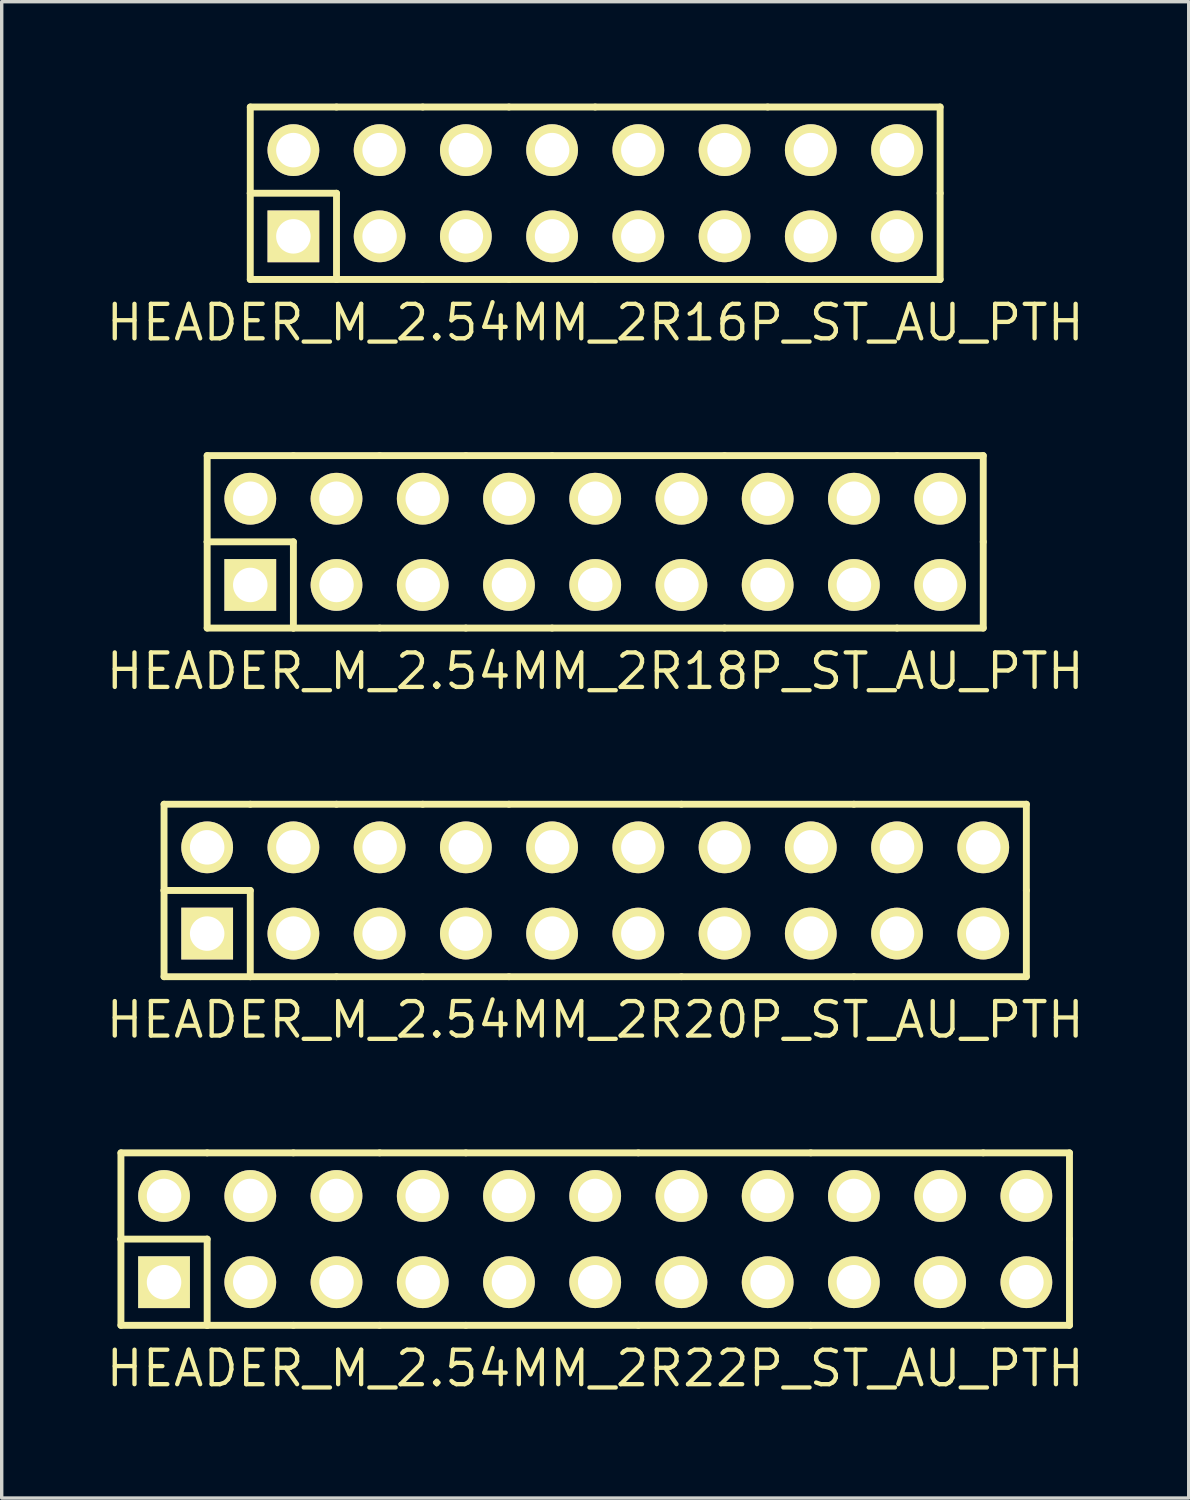
<source format=kicad_pcb>
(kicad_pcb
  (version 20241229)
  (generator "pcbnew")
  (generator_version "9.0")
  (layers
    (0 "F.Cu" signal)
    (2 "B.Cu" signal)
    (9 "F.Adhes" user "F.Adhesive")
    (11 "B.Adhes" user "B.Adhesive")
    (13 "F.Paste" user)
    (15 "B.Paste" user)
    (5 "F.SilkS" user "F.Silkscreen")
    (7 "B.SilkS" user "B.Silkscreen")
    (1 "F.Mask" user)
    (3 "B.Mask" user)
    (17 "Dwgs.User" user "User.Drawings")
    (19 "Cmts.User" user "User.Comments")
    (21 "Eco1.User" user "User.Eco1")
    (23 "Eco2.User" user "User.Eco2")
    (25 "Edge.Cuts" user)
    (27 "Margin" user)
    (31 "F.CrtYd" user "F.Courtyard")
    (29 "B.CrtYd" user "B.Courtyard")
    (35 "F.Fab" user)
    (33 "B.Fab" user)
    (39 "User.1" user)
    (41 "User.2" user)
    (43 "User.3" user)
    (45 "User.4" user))
  (footprint "HEADER_M_2.54MM_2R16P_ST_AU_PTH"
    (layer "F.Cu")
    (at 14.482 2.642)
    (property "Reference" "HEADER_M_2.54MM_2R16P_ST_AU_PTH" (at 0 3.81 0) (layer "F.SilkS") (effects (font (size 1.016 1.016) (thickness 0.127))))
    (attr through_hole)
    (fp_line (start -10.16 -2.54) (end -7.62 -2.54) (stroke (width 0.203) (type solid)) (layer "F.SilkS"))
    (fp_line (start -10.16 0) (end -10.16 -2.54) (stroke (width 0.203) (type solid)) (layer "F.SilkS"))
    (fp_line (start -10.16 0) (end -7.62 0) (stroke (width 0.203) (type solid)) (layer "F.SilkS"))
    (fp_line (start -10.16 2.54) (end -10.16 0) (stroke (width 0.203) (type solid)) (layer "F.SilkS"))
    (fp_line (start -10.16 2.54) (end -7.62 2.54) (stroke (width 0.203) (type solid)) (layer "F.SilkS"))
    (fp_line (start -7.62 -2.54) (end -5.08 -2.54) (stroke (width 0.203) (type solid)) (layer "F.SilkS"))
    (fp_line (start -7.62 0) (end -7.62 2.54) (stroke (width 0.203) (type solid)) (layer "F.SilkS"))
    (fp_line (start -7.62 2.54) (end -5.08 2.54) (stroke (width 0.203) (type solid)) (layer "F.SilkS"))
    (fp_line (start -5.08 -2.54) (end -2.54 -2.54) (stroke (width 0.203) (type solid)) (layer "F.SilkS"))
    (fp_line (start -5.08 2.54) (end -2.54 2.54) (stroke (width 0.203) (type solid)) (layer "F.SilkS"))
    (fp_line (start -2.54 -2.54) (end 0 -2.54) (stroke (width 0.203) (type solid)) (layer "F.SilkS"))
    (fp_line (start -2.54 2.54) (end 0 2.54) (stroke (width 0.203) (type solid)) (layer "F.SilkS"))
    (fp_line (start 0 -2.54) (end 5.08 -2.54) (stroke (width 0.203) (type solid)) (layer "F.SilkS"))
    (fp_line (start 0 2.54) (end 5.08 2.54) (stroke (width 0.203) (type solid)) (layer "F.SilkS"))
    (fp_line (start 5.08 -2.54) (end 10.16 -2.54) (stroke (width 0.203) (type solid)) (layer "F.SilkS"))
    (fp_line (start 5.08 2.54) (end 10.16 2.54) (stroke (width 0.203) (type solid)) (layer "F.SilkS"))
    (fp_line (start 10.16 -2.54) (end 10.16 0) (stroke (width 0.203) (type solid)) (layer "F.SilkS"))
    (fp_line (start 10.16 0) (end 10.16 2.54) (stroke (width 0.203) (type solid)) (layer "F.SilkS"))
    (pad "1" thru_hole rect (at -8.89 1.27) (size 1.524 1.524) (drill 1.016) (layers "*.Cu" "*.Mask" "F.SilkS"))
    (pad "2" thru_hole circle (at -8.89 -1.27) (size 1.524 1.524) (drill 1.016) (layers "*.Cu" "*.Mask" "F.SilkS"))
    (pad "3" thru_hole circle (at -6.35 -1.27) (size 1.524 1.524) (drill 1.016) (layers "*.Cu" "*.Mask" "F.SilkS"))
    (pad "4" thru_hole circle (at -6.35 1.27) (size 1.524 1.524) (drill 1.016) (layers "*.Cu" "*.Mask" "F.SilkS"))
    (pad "5" thru_hole circle (at -3.81 1.27) (size 1.524 1.524) (drill 1.016) (layers "*.Cu" "*.Mask" "F.SilkS"))
    (pad "6" thru_hole circle (at -3.81 -1.27) (size 1.524 1.524) (drill 1.016) (layers "*.Cu" "*.Mask" "F.SilkS"))
    (pad "7" thru_hole circle (at -1.27 1.27) (size 1.524 1.524) (drill 1.016) (layers "*.Cu" "*.Mask" "F.SilkS"))
    (pad "8" thru_hole circle (at -1.27 -1.27) (size 1.524 1.524) (drill 1.016) (layers "*.Cu" "*.Mask" "F.SilkS"))
    (pad "9" thru_hole circle (at 1.27 1.27) (size 1.524 1.524) (drill 1.016) (layers "*.Cu" "*.Mask" "F.SilkS"))
    (pad "10" thru_hole circle (at 1.27 -1.27) (size 1.524 1.524) (drill 1.016) (layers "*.Cu" "*.Mask" "F.SilkS"))
    (pad "11" thru_hole circle (at 3.81 1.27) (size 1.524 1.524) (drill 1.016) (layers "*.Cu" "*.Mask" "F.SilkS"))
    (pad "12" thru_hole circle (at 3.81 -1.27) (size 1.524 1.524) (drill 1.016) (layers "*.Cu" "*.Mask" "F.SilkS"))
    (pad "13" thru_hole circle (at 6.35 1.27) (size 1.524 1.524) (drill 1.016) (layers "*.Cu" "*.Mask" "F.SilkS"))
    (pad "14" thru_hole circle (at 6.35 -1.27) (size 1.524 1.524) (drill 1.016) (layers "*.Cu" "*.Mask" "F.SilkS"))
    (pad "15" thru_hole circle (at 8.89 1.27) (size 1.524 1.524) (drill 1.016) (layers "*.Cu" "*.Mask" "F.SilkS"))
    (pad "16" thru_hole circle (at 8.89 -1.27) (size 1.524 1.524) (drill 1.016) (layers "*.Cu" "*.Mask" "F.SilkS")))
  (footprint "HEADER_M_2.54MM_2R20P_ST_AU_PTH"
    (layer "F.Cu")
    (at 14.482 23.179)
    (property "Reference" "HEADER_M_2.54MM_2R20P_ST_AU_PTH" (at 0 3.81 0) (layer "F.SilkS") (effects (font (size 1.016 1.016) (thickness 0.127))))
    (attr through_hole)
    (fp_line (start -12.7 -2.54) (end -10.16 -2.54) (stroke (width 0.203) (type solid)) (layer "F.SilkS"))
    (fp_line (start -12.7 0) (end -12.7 -2.54) (stroke (width 0.203) (type solid)) (layer "F.SilkS"))
    (fp_line (start -12.7 0) (end -10.16 0) (stroke (width 0.203) (type solid)) (layer "F.SilkS"))
    (fp_line (start -12.7 2.54) (end -12.7 0) (stroke (width 0.203) (type solid)) (layer "F.SilkS"))
    (fp_line (start -12.7 2.54) (end -10.16 2.54) (stroke (width 0.203) (type solid)) (layer "F.SilkS"))
    (fp_line (start -10.16 -2.54) (end -7.62 -2.54) (stroke (width 0.203) (type solid)) (layer "F.SilkS"))
    (fp_line (start -10.16 0) (end -10.16 2.54) (stroke (width 0.203) (type solid)) (layer "F.SilkS"))
    (fp_line (start -10.16 2.54) (end -7.62 2.54) (stroke (width 0.203) (type solid)) (layer "F.SilkS"))
    (fp_line (start -7.62 -2.54) (end -5.08 -2.54) (stroke (width 0.203) (type solid)) (layer "F.SilkS"))
    (fp_line (start -7.62 2.54) (end -5.08 2.54) (stroke (width 0.203) (type solid)) (layer "F.SilkS"))
    (fp_line (start -5.08 -2.54) (end -2.54 -2.54) (stroke (width 0.203) (type solid)) (layer "F.SilkS"))
    (fp_line (start -5.08 2.54) (end -2.54 2.54) (stroke (width 0.203) (type solid)) (layer "F.SilkS"))
    (fp_line (start -2.54 -2.54) (end 2.54 -2.54) (stroke (width 0.203) (type solid)) (layer "F.SilkS"))
    (fp_line (start -2.54 2.54) (end 2.54 2.54) (stroke (width 0.203) (type solid)) (layer "F.SilkS"))
    (fp_line (start 2.54 -2.54) (end 7.62 -2.54) (stroke (width 0.203) (type solid)) (layer "F.SilkS"))
    (fp_line (start 2.54 2.54) (end 7.62 2.54) (stroke (width 0.203) (type solid)) (layer "F.SilkS"))
    (fp_line (start 7.62 -2.54) (end 12.7 -2.54) (stroke (width 0.203) (type solid)) (layer "F.SilkS"))
    (fp_line (start 7.62 2.54) (end 12.7 2.54) (stroke (width 0.203) (type solid)) (layer "F.SilkS"))
    (fp_line (start 12.7 -2.54) (end 12.7 0) (stroke (width 0.203) (type solid)) (layer "F.SilkS"))
    (fp_line (start 12.7 0) (end 12.7 2.54) (stroke (width 0.203) (type solid)) (layer "F.SilkS"))
    (pad "1" thru_hole rect (at -11.43 1.27) (size 1.524 1.524) (drill 1.016) (layers "*.Cu" "*.Mask" "F.SilkS"))
    (pad "2" thru_hole circle (at -11.43 -1.27) (size 1.524 1.524) (drill 1.016) (layers "*.Cu" "*.Mask" "F.SilkS"))
    (pad "3" thru_hole circle (at -8.89 -1.27) (size 1.524 1.524) (drill 1.016) (layers "*.Cu" "*.Mask" "F.SilkS"))
    (pad "4" thru_hole circle (at -8.89 1.27) (size 1.524 1.524) (drill 1.016) (layers "*.Cu" "*.Mask" "F.SilkS"))
    (pad "5" thru_hole circle (at -6.35 1.27) (size 1.524 1.524) (drill 1.016) (layers "*.Cu" "*.Mask" "F.SilkS"))
    (pad "6" thru_hole circle (at -6.35 -1.27) (size 1.524 1.524) (drill 1.016) (layers "*.Cu" "*.Mask" "F.SilkS"))
    (pad "7" thru_hole circle (at -3.81 1.27) (size 1.524 1.524) (drill 1.016) (layers "*.Cu" "*.Mask" "F.SilkS"))
    (pad "8" thru_hole circle (at -3.81 -1.27) (size 1.524 1.524) (drill 1.016) (layers "*.Cu" "*.Mask" "F.SilkS"))
    (pad "9" thru_hole circle (at -1.27 1.27) (size 1.524 1.524) (drill 1.016) (layers "*.Cu" "*.Mask" "F.SilkS"))
    (pad "10" thru_hole circle (at -1.27 -1.27) (size 1.524 1.524) (drill 1.016) (layers "*.Cu" "*.Mask" "F.SilkS"))
    (pad "11" thru_hole circle (at 1.27 1.27) (size 1.524 1.524) (drill 1.016) (layers "*.Cu" "*.Mask" "F.SilkS"))
    (pad "12" thru_hole circle (at 1.27 -1.27) (size 1.524 1.524) (drill 1.016) (layers "*.Cu" "*.Mask" "F.SilkS"))
    (pad "13" thru_hole circle (at 3.81 1.27) (size 1.524 1.524) (drill 1.016) (layers "*.Cu" "*.Mask" "F.SilkS"))
    (pad "14" thru_hole circle (at 3.81 -1.27) (size 1.524 1.524) (drill 1.016) (layers "*.Cu" "*.Mask" "F.SilkS"))
    (pad "15" thru_hole circle (at 6.35 1.27) (size 1.524 1.524) (drill 1.016) (layers "*.Cu" "*.Mask" "F.SilkS"))
    (pad "16" thru_hole circle (at 6.35 -1.27) (size 1.524 1.524) (drill 1.016) (layers "*.Cu" "*.Mask" "F.SilkS"))
    (pad "17" thru_hole circle (at 8.89 1.27) (size 1.524 1.524) (drill 1.016) (layers "*.Cu" "*.Mask" "F.SilkS"))
    (pad "18" thru_hole circle (at 8.89 -1.27) (size 1.524 1.524) (drill 1.016) (layers "*.Cu" "*.Mask" "F.SilkS"))
    (pad "19" thru_hole circle (at 11.43 1.27) (size 1.524 1.524) (drill 1.016) (layers "*.Cu" "*.Mask" "F.SilkS"))
    (pad "20" thru_hole circle (at 11.43 -1.27) (size 1.524 1.524) (drill 1.016) (layers "*.Cu" "*.Mask" "F.SilkS")))
  (footprint "HEADER_M_2.54MM_2R22P_ST_AU_PTH"
    (layer "F.Cu")
    (at 14.482 33.448)
    (property "Reference" "HEADER_M_2.54MM_2R22P_ST_AU_PTH" (at 0 3.81 0) (layer "F.SilkS") (effects (font (size 1.016 1.016) (thickness 0.127))))
    (attr through_hole)
    (fp_line (start -13.97 -2.54) (end -11.43 -2.54) (stroke (width 0.203) (type solid)) (layer "F.SilkS"))
    (fp_line (start -13.97 0) (end -13.97 -2.54) (stroke (width 0.203) (type solid)) (layer "F.SilkS"))
    (fp_line (start -13.97 0) (end -11.43 0) (stroke (width 0.203) (type solid)) (layer "F.SilkS"))
    (fp_line (start -13.97 2.54) (end -13.97 0) (stroke (width 0.203) (type solid)) (layer "F.SilkS"))
    (fp_line (start -13.97 2.54) (end -11.43 2.54) (stroke (width 0.203) (type solid)) (layer "F.SilkS"))
    (fp_line (start -11.43 -2.54) (end -8.89 -2.54) (stroke (width 0.203) (type solid)) (layer "F.SilkS"))
    (fp_line (start -11.43 0) (end -11.43 2.54) (stroke (width 0.203) (type solid)) (layer "F.SilkS"))
    (fp_line (start -11.43 2.54) (end -8.89 2.54) (stroke (width 0.203) (type solid)) (layer "F.SilkS"))
    (fp_line (start -8.89 -2.54) (end -6.35 -2.54) (stroke (width 0.203) (type solid)) (layer "F.SilkS"))
    (fp_line (start -8.89 2.54) (end -6.35 2.54) (stroke (width 0.203) (type solid)) (layer "F.SilkS"))
    (fp_line (start -6.35 -2.54) (end -3.81 -2.54) (stroke (width 0.203) (type solid)) (layer "F.SilkS"))
    (fp_line (start -6.35 2.54) (end -3.81 2.54) (stroke (width 0.203) (type solid)) (layer "F.SilkS"))
    (fp_line (start -3.81 -2.54) (end 1.27 -2.54) (stroke (width 0.203) (type solid)) (layer "F.SilkS"))
    (fp_line (start -3.81 2.54) (end 1.27 2.54) (stroke (width 0.203) (type solid)) (layer "F.SilkS"))
    (fp_line (start 1.27 -2.54) (end 6.35 -2.54) (stroke (width 0.203) (type solid)) (layer "F.SilkS"))
    (fp_line (start 1.27 2.54) (end 6.35 2.54) (stroke (width 0.203) (type solid)) (layer "F.SilkS"))
    (fp_line (start 6.35 -2.54) (end 11.43 -2.54) (stroke (width 0.203) (type solid)) (layer "F.SilkS"))
    (fp_line (start 6.35 2.54) (end 11.43 2.54) (stroke (width 0.203) (type solid)) (layer "F.SilkS"))
    (fp_line (start 11.43 -2.54) (end 13.97 -2.54) (stroke (width 0.203) (type solid)) (layer "F.SilkS"))
    (fp_line (start 11.43 2.54) (end 13.97 2.54) (stroke (width 0.203) (type solid)) (layer "F.SilkS"))
    (fp_line (start 13.97 -2.54) (end 13.97 0) (stroke (width 0.203) (type solid)) (layer "F.SilkS"))
    (fp_line (start 13.97 0) (end 13.97 2.54) (stroke (width 0.203) (type solid)) (layer "F.SilkS"))
    (pad "1" thru_hole rect (at -12.7 1.27) (size 1.524 1.524) (drill 1.016) (layers "*.Cu" "*.Mask" "F.SilkS"))
    (pad "2" thru_hole circle (at -12.7 -1.27) (size 1.524 1.524) (drill 1.016) (layers "*.Cu" "*.Mask" "F.SilkS"))
    (pad "3" thru_hole circle (at -10.16 -1.27) (size 1.524 1.524) (drill 1.016) (layers "*.Cu" "*.Mask" "F.SilkS"))
    (pad "4" thru_hole circle (at -10.16 1.27) (size 1.524 1.524) (drill 1.016) (layers "*.Cu" "*.Mask" "F.SilkS"))
    (pad "5" thru_hole circle (at -7.62 1.27) (size 1.524 1.524) (drill 1.016) (layers "*.Cu" "*.Mask" "F.SilkS"))
    (pad "6" thru_hole circle (at -7.62 -1.27) (size 1.524 1.524) (drill 1.016) (layers "*.Cu" "*.Mask" "F.SilkS"))
    (pad "7" thru_hole circle (at -5.08 1.27) (size 1.524 1.524) (drill 1.016) (layers "*.Cu" "*.Mask" "F.SilkS"))
    (pad "8" thru_hole circle (at -5.08 -1.27) (size 1.524 1.524) (drill 1.016) (layers "*.Cu" "*.Mask" "F.SilkS"))
    (pad "9" thru_hole circle (at -2.54 1.27) (size 1.524 1.524) (drill 1.016) (layers "*.Cu" "*.Mask" "F.SilkS"))
    (pad "10" thru_hole circle (at -2.54 -1.27) (size 1.524 1.524) (drill 1.016) (layers "*.Cu" "*.Mask" "F.SilkS"))
    (pad "11" thru_hole circle (at 0 1.27) (size 1.524 1.524) (drill 1.016) (layers "*.Cu" "*.Mask" "F.SilkS"))
    (pad "12" thru_hole circle (at 0 -1.27) (size 1.524 1.524) (drill 1.016) (layers "*.Cu" "*.Mask" "F.SilkS"))
    (pad "13" thru_hole circle (at 2.54 1.27) (size 1.524 1.524) (drill 1.016) (layers "*.Cu" "*.Mask" "F.SilkS"))
    (pad "14" thru_hole circle (at 2.54 -1.27) (size 1.524 1.524) (drill 1.016) (layers "*.Cu" "*.Mask" "F.SilkS"))
    (pad "15" thru_hole circle (at 5.08 1.27) (size 1.524 1.524) (drill 1.016) (layers "*.Cu" "*.Mask" "F.SilkS"))
    (pad "16" thru_hole circle (at 5.08 -1.27) (size 1.524 1.524) (drill 1.016) (layers "*.Cu" "*.Mask" "F.SilkS"))
    (pad "17" thru_hole circle (at 7.62 1.27) (size 1.524 1.524) (drill 1.016) (layers "*.Cu" "*.Mask" "F.SilkS"))
    (pad "18" thru_hole circle (at 7.62 -1.27) (size 1.524 1.524) (drill 1.016) (layers "*.Cu" "*.Mask" "F.SilkS"))
    (pad "19" thru_hole circle (at 10.16 1.27) (size 1.524 1.524) (drill 1.016) (layers "*.Cu" "*.Mask" "F.SilkS"))
    (pad "20" thru_hole circle (at 10.16 -1.27) (size 1.524 1.524) (drill 1.016) (layers "*.Cu" "*.Mask" "F.SilkS"))
    (pad "21" thru_hole circle (at 12.7 1.27) (size 1.524 1.524) (drill 1.016) (layers "*.Cu" "*.Mask" "F.SilkS"))
    (pad "22" thru_hole circle (at 12.7 -1.27) (size 1.524 1.524) (drill 1.016) (layers "*.Cu" "*.Mask" "F.SilkS")))
  (footprint "HEADER_M_2.54MM_2R18P_ST_AU_PTH"
    (layer "F.Cu")
    (at 14.482 12.91)
    (property "Reference" "HEADER_M_2.54MM_2R18P_ST_AU_PTH" (at 0 3.81 0) (layer "F.SilkS") (effects (font (size 1.016 1.016) (thickness 0.127))))
    (attr through_hole)
    (fp_line (start -11.43 -2.54) (end -8.89 -2.54) (stroke (width 0.203) (type solid)) (layer "F.SilkS"))
    (fp_line (start -11.43 0) (end -11.43 -2.54) (stroke (width 0.203) (type solid)) (layer "F.SilkS"))
    (fp_line (start -11.43 0) (end -8.89 0) (stroke (width 0.203) (type solid)) (layer "F.SilkS"))
    (fp_line (start -11.43 2.54) (end -11.43 0) (stroke (width 0.203) (type solid)) (layer "F.SilkS"))
    (fp_line (start -11.43 2.54) (end -8.89 2.54) (stroke (width 0.203) (type solid)) (layer "F.SilkS"))
    (fp_line (start -8.89 -2.54) (end -6.35 -2.54) (stroke (width 0.203) (type solid)) (layer "F.SilkS"))
    (fp_line (start -8.89 0) (end -8.89 2.54) (stroke (width 0.203) (type solid)) (layer "F.SilkS"))
    (fp_line (start -8.89 2.54) (end -6.35 2.54) (stroke (width 0.203) (type solid)) (layer "F.SilkS"))
    (fp_line (start -6.35 -2.54) (end -3.81 -2.54) (stroke (width 0.203) (type solid)) (layer "F.SilkS"))
    (fp_line (start -6.35 2.54) (end -3.81 2.54) (stroke (width 0.203) (type solid)) (layer "F.SilkS"))
    (fp_line (start -3.81 -2.54) (end -1.27 -2.54) (stroke (width 0.203) (type solid)) (layer "F.SilkS"))
    (fp_line (start -3.81 2.54) (end -1.27 2.54) (stroke (width 0.203) (type solid)) (layer "F.SilkS"))
    (fp_line (start -1.27 -2.54) (end 3.81 -2.54) (stroke (width 0.203) (type solid)) (layer "F.SilkS"))
    (fp_line (start -1.27 2.54) (end 3.81 2.54) (stroke (width 0.203) (type solid)) (layer "F.SilkS"))
    (fp_line (start 3.81 -2.54) (end 8.89 -2.54) (stroke (width 0.203) (type solid)) (layer "F.SilkS"))
    (fp_line (start 3.81 2.54) (end 8.89 2.54) (stroke (width 0.203) (type solid)) (layer "F.SilkS"))
    (fp_line (start 8.89 -2.54) (end 11.43 -2.54) (stroke (width 0.203) (type solid)) (layer "F.SilkS"))
    (fp_line (start 8.89 2.54) (end 11.43 2.54) (stroke (width 0.203) (type solid)) (layer "F.SilkS"))
    (fp_line (start 11.43 -2.54) (end 11.43 0) (stroke (width 0.203) (type solid)) (layer "F.SilkS"))
    (fp_line (start 11.43 0) (end 11.43 2.54) (stroke (width 0.203) (type solid)) (layer "F.SilkS"))
    (pad "1" thru_hole rect (at -10.16 1.27) (size 1.524 1.524) (drill 1.016) (layers "*.Cu" "*.Mask" "F.SilkS"))
    (pad "2" thru_hole circle (at -10.16 -1.27) (size 1.524 1.524) (drill 1.016) (layers "*.Cu" "*.Mask" "F.SilkS"))
    (pad "3" thru_hole circle (at -7.62 -1.27) (size 1.524 1.524) (drill 1.016) (layers "*.Cu" "*.Mask" "F.SilkS"))
    (pad "4" thru_hole circle (at -7.62 1.27) (size 1.524 1.524) (drill 1.016) (layers "*.Cu" "*.Mask" "F.SilkS"))
    (pad "5" thru_hole circle (at -5.08 1.27) (size 1.524 1.524) (drill 1.016) (layers "*.Cu" "*.Mask" "F.SilkS"))
    (pad "6" thru_hole circle (at -5.08 -1.27) (size 1.524 1.524) (drill 1.016) (layers "*.Cu" "*.Mask" "F.SilkS"))
    (pad "7" thru_hole circle (at -2.54 1.27) (size 1.524 1.524) (drill 1.016) (layers "*.Cu" "*.Mask" "F.SilkS"))
    (pad "8" thru_hole circle (at -2.54 -1.27) (size 1.524 1.524) (drill 1.016) (layers "*.Cu" "*.Mask" "F.SilkS"))
    (pad "9" thru_hole circle (at 0 1.27) (size 1.524 1.524) (drill 1.016) (layers "*.Cu" "*.Mask" "F.SilkS"))
    (pad "10" thru_hole circle (at 0 -1.27) (size 1.524 1.524) (drill 1.016) (layers "*.Cu" "*.Mask" "F.SilkS"))
    (pad "11" thru_hole circle (at 2.54 1.27) (size 1.524 1.524) (drill 1.016) (layers "*.Cu" "*.Mask" "F.SilkS"))
    (pad "12" thru_hole circle (at 2.54 -1.27) (size 1.524 1.524) (drill 1.016) (layers "*.Cu" "*.Mask" "F.SilkS"))
    (pad "13" thru_hole circle (at 5.08 1.27) (size 1.524 1.524) (drill 1.016) (layers "*.Cu" "*.Mask" "F.SilkS"))
    (pad "14" thru_hole circle (at 5.08 -1.27) (size 1.524 1.524) (drill 1.016) (layers "*.Cu" "*.Mask" "F.SilkS"))
    (pad "15" thru_hole circle (at 7.62 1.27) (size 1.524 1.524) (drill 1.016) (layers "*.Cu" "*.Mask" "F.SilkS"))
    (pad "16" thru_hole circle (at 7.62 -1.27) (size 1.524 1.524) (drill 1.016) (layers "*.Cu" "*.Mask" "F.SilkS"))
    (pad "17" thru_hole circle (at 10.16 1.27) (size 1.524 1.524) (drill 1.016) (layers "*.Cu" "*.Mask" "F.SilkS"))
    (pad "18" thru_hole circle (at 10.16 -1.27) (size 1.524 1.524) (drill 1.016) (layers "*.Cu" "*.Mask" "F.SilkS")))
  (gr_rect
    (start -3 -3)
    (end 31.964 41.075)
    (stroke (width 0.1) (type default))
    (fill no)
    (layer "Edge.Cuts")))
</source>
